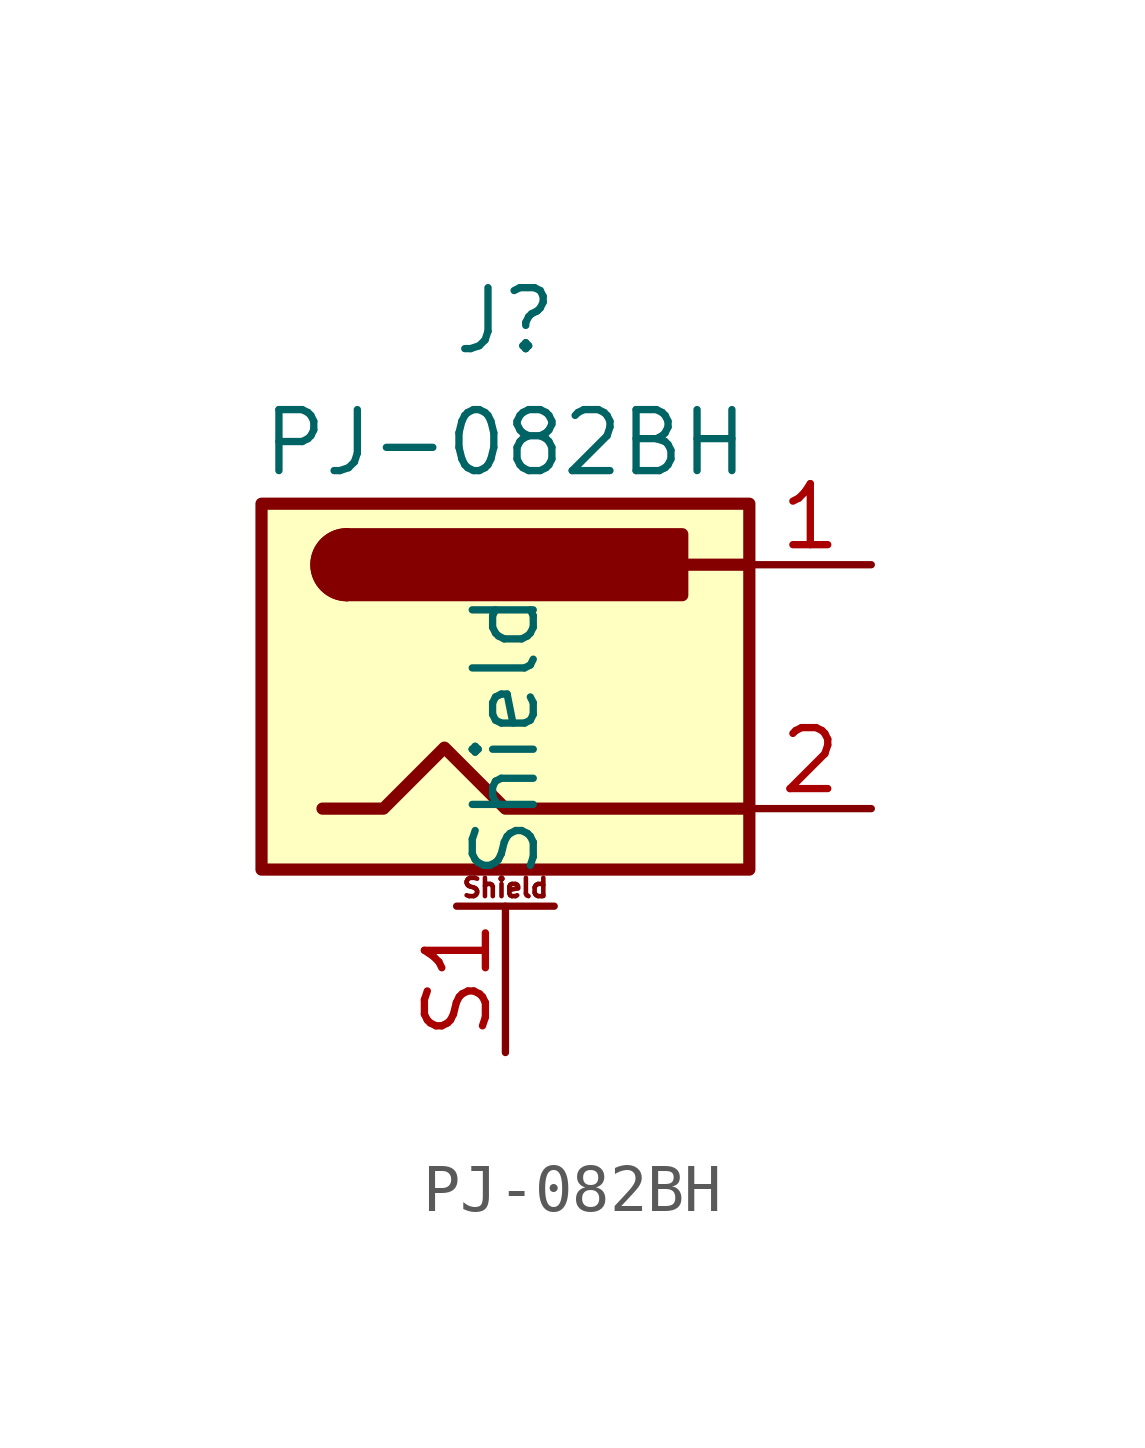
<source format=kicad_sym>
(kicad_symbol_lib
  (version 20211014)
  (generator kicad_symbol_editor)
  (symbol "PJ-082BH"
    (property "Reference" "J"
      (at 0 7.62 0)
      (effects (font (size 1.27 1.27))))
    (property "Value" "PJ-082BH"
      (at 0 5.08 0)
      (effects (font (size 1.27 1.27))))
    (symbol "PJ-082BH_0_1"
      (rectangle (start -5.08 3.81) (end 5.08 -3.81) (stroke (width 0.254) (type default) (color 0 0 0 0)) (fill (type background)))
      (arc (start -3.302 3.175) (mid -3.937 2.54) (end -3.302 1.905) (stroke (width 0.254) (type default) (color 0 0 0 0)) (fill (type none)))
      (arc (start -3.302 3.175) (mid -3.937 2.54) (end -3.302 1.905) (stroke (width 0.254) (type default) (color 0 0 0 0)) (fill (type outline)))
      (polyline (pts (xy 5.08 2.54) (xy 3.81 2.54)) (stroke (width 0.254) (type default) (color 0 0 0 0)) (fill (type none)))
      (polyline (pts (xy -3.81 -2.54) (xy -2.54 -2.54) (xy -1.27 -1.27) (xy 0 -2.54) (xy 2.54 -2.54) (xy 5.08 -2.54)) (stroke (width 0.254) (type default) (color 0 0 0 0)) (fill (type none)))
      (rectangle (start 3.683 3.175) (end -3.302 1.905) (stroke (width 0.254) (type default) (color 0 0 0 0)) (fill (type outline))))
    (symbol "PJ-082BH_1_1"
      (polyline (pts (xy -1.016 -4.572) (xy 1.016 -4.572)) (stroke (width 0.152) (type default) (color 0 0 0 0)) (fill (type none)))
      (text "Shield" (at 0 -4.191 0) (effects (font (size 0.381 0.381))))
      (pin passive line (at 7.62 2.54 180) (length 2.54) (name "~" (effects (font (size 1.27 1.27)))) (number "1" (effects (font (size 1.27 1.27)))))
      (pin passive line (at 7.62 -2.54 180) (length 2.54) (name "~" (effects (font (size 1.27 1.27)))) (number "2" (effects (font (size 1.27 1.27)))))
      (pin passive line (at 0 -7.62 90) (length 3.048) (name "Shield" (effects (font (size 1.27 1.27)))) (number "S1" (effects (font (size 1.27 1.27)))))
      (pin passive line (at 0 -7.62 90) (length 3.048) hide (name "Shield" (effects (font (size 1.27 1.27)))) (number "S2" (effects (font (size 1.27 1.27)))))
      (pin passive line (at 0 -7.62 90) (length 3.048) hide (name "Shield" (effects (font (size 1.27 1.27)))) (number "S3" (effects (font (size 1.27 1.27)))))
      (pin passive line (at 0 -7.62 90) (length 3.048) hide (name "Shield" (effects (font (size 1.27 1.27)))) (number "S4" (effects (font (size 1.27 1.27))))))))
</source>
